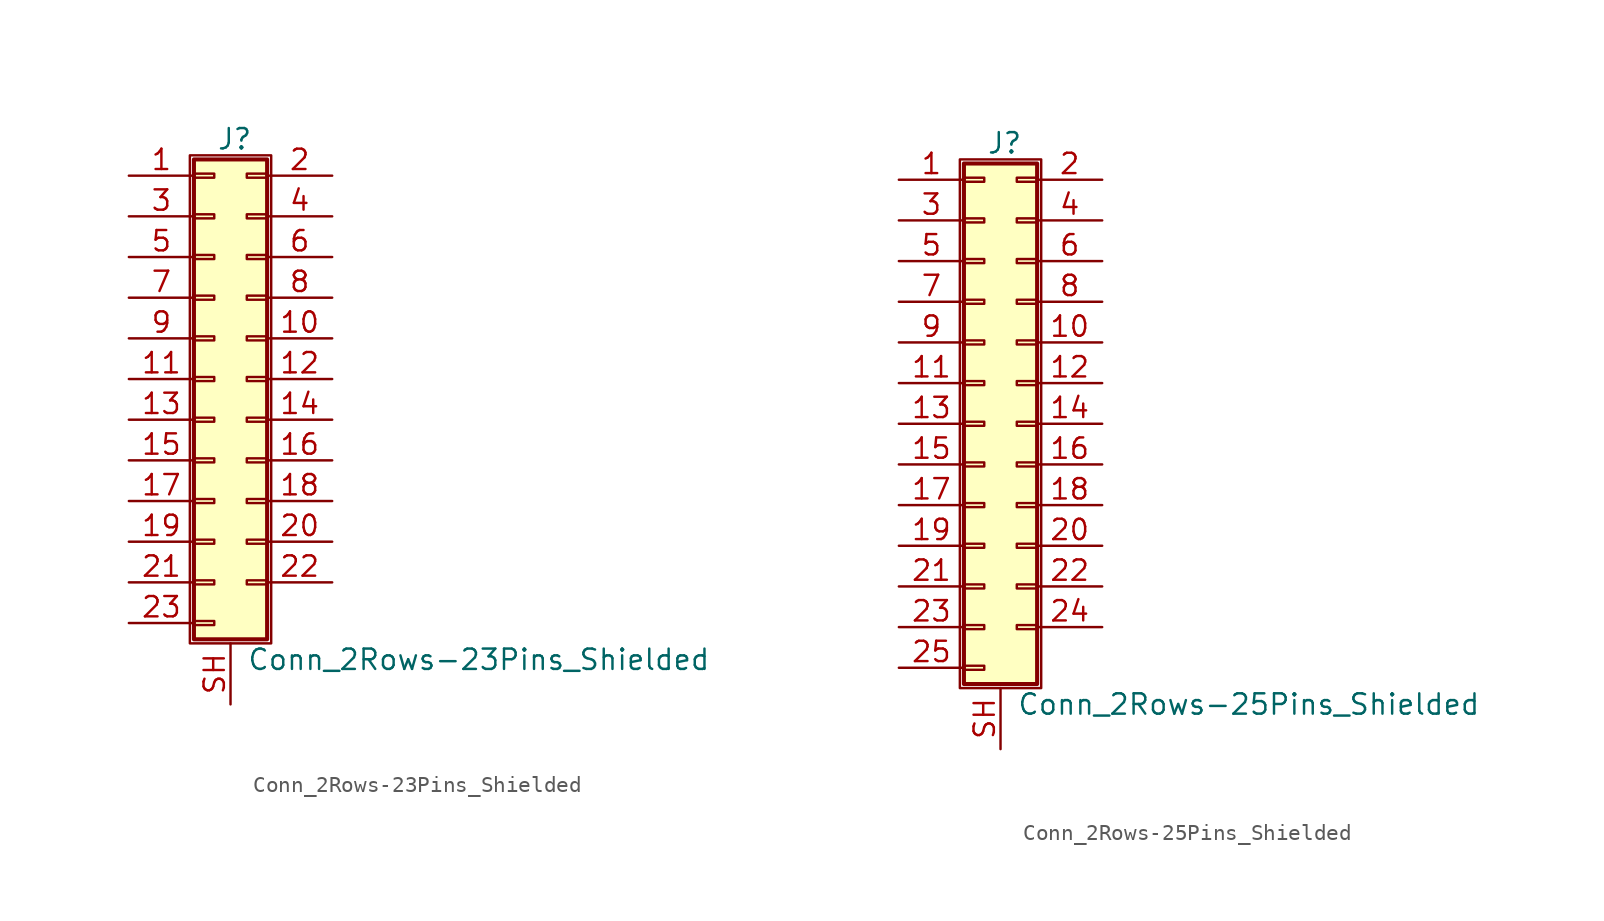
<source format=kicad_sym>
(kicad_symbol_lib
  (version 20200908)
  (generator kicad_symbol_editor)
  (symbol "Connector_Generic_Shielded:Conn_2Rows-23Pins_Shielded"
    (pin_names
      (offset 1.016) hide)
    (property "Reference" "J"
      (at 1.524 14.986 0)
      (effects (font (size 1.27 1.27))))
    (property "Value" "Conn_2Rows-23Pins_Shielded"
      (at 2.286 -17.526 0)
      (effects (font (size 1.27 1.27)) (justify left)))
    (symbol "Conn_2Rows-23Pins_Shielded_1_1"
      (rectangle (start -1.016 -4.953) (end 0.254 -5.207) (stroke (width 0.152)) (fill (type none)))
      (rectangle (start -1.016 -7.493) (end 0.254 -7.747) (stroke (width 0.152)) (fill (type none)))
      (rectangle (start -1.016 -10.033) (end 0.254 -10.287) (stroke (width 0.152)) (fill (type none)))
      (rectangle (start -1.016 -12.573) (end 0.254 -12.827) (stroke (width 0.152)) (fill (type none)))
      (rectangle (start -1.016 -15.113) (end 0.254 -15.367) (stroke (width 0.152)) (fill (type none)))
      (rectangle (start -1.016 -2.413) (end 0.254 -2.667) (stroke (width 0.152)) (fill (type none)))
      (rectangle (start -1.016 2.667) (end 0.254 2.413) (stroke (width 0.152)) (fill (type none)))
      (rectangle (start -1.016 5.207) (end 0.254 4.953) (stroke (width 0.152)) (fill (type none)))
      (rectangle (start -1.016 7.747) (end 0.254 7.493) (stroke (width 0.152)) (fill (type none)))
      (rectangle (start -1.016 10.287) (end 0.254 10.033) (stroke (width 0.152)) (fill (type none)))
      (rectangle (start -1.016 0.127) (end 0.254 -0.127) (stroke (width 0.152)) (fill (type none)))
      (rectangle (start -1.016 12.827) (end 0.254 12.573) (stroke (width 0.152)) (fill (type none)))
      (rectangle (start -1.016 13.716) (end 3.556 -16.256) (stroke (width 0.254)) (fill (type background)))
      (rectangle (start -1.27 13.97) (end 3.81 -16.51) (stroke (width 0.152)) (fill (type none)))
      (rectangle (start 3.556 -4.953) (end 2.286 -5.207) (stroke (width 0.152)) (fill (type none)))
      (rectangle (start 3.556 -7.493) (end 2.286 -7.747) (stroke (width 0.152)) (fill (type none)))
      (rectangle (start 3.556 -10.033) (end 2.286 -10.287) (stroke (width 0.152)) (fill (type none)))
      (rectangle (start 3.556 -12.573) (end 2.286 -12.827) (stroke (width 0.152)) (fill (type none)))
      (rectangle (start 3.556 -2.413) (end 2.286 -2.667) (stroke (width 0.152)) (fill (type none)))
      (rectangle (start 3.556 2.667) (end 2.286 2.413) (stroke (width 0.152)) (fill (type none)))
      (rectangle (start 3.556 5.207) (end 2.286 4.953) (stroke (width 0.152)) (fill (type none)))
      (rectangle (start 3.556 7.747) (end 2.286 7.493) (stroke (width 0.152)) (fill (type none)))
      (rectangle (start 3.556 10.287) (end 2.286 10.033) (stroke (width 0.152)) (fill (type none)))
      (rectangle (start 3.556 0.127) (end 2.286 -0.127) (stroke (width 0.152)) (fill (type none)))
      (rectangle (start 3.556 12.827) (end 2.286 12.573) (stroke (width 0.152)) (fill (type none)))
      (pin passive line (at -5.08 12.7 0) (length 4.064) (name "Pin_1" (effects (font (size 1.27 1.27)))) (number "1" (effects (font (size 1.27 1.27)))))
      (pin passive line (at 7.62 2.54 180) (length 4.064) (name "Pin_10" (effects (font (size 1.27 1.27)))) (number "10" (effects (font (size 1.27 1.27)))))
      (pin passive line (at -5.08 0 0) (length 4.064) (name "Pin_11" (effects (font (size 1.27 1.27)))) (number "11" (effects (font (size 1.27 1.27)))))
      (pin passive line (at 7.62 0 180) (length 4.064) (name "Pin_12" (effects (font (size 1.27 1.27)))) (number "12" (effects (font (size 1.27 1.27)))))
      (pin passive line (at -5.08 -2.54 0) (length 4.064) (name "Pin_13" (effects (font (size 1.27 1.27)))) (number "13" (effects (font (size 1.27 1.27)))))
      (pin passive line (at 7.62 -2.54 180) (length 4.064) (name "Pin_14" (effects (font (size 1.27 1.27)))) (number "14" (effects (font (size 1.27 1.27)))))
      (pin passive line (at -5.08 -5.08 0) (length 4.064) (name "Pin_15" (effects (font (size 1.27 1.27)))) (number "15" (effects (font (size 1.27 1.27)))))
      (pin passive line (at 7.62 -5.08 180) (length 4.064) (name "Pin_16" (effects (font (size 1.27 1.27)))) (number "16" (effects (font (size 1.27 1.27)))))
      (pin passive line (at -5.08 -7.62 0) (length 4.064) (name "Pin_17" (effects (font (size 1.27 1.27)))) (number "17" (effects (font (size 1.27 1.27)))))
      (pin passive line (at 7.62 -7.62 180) (length 4.064) (name "Pin_18" (effects (font (size 1.27 1.27)))) (number "18" (effects (font (size 1.27 1.27)))))
      (pin passive line (at -5.08 -10.16 0) (length 4.064) (name "Pin_19" (effects (font (size 1.27 1.27)))) (number "19" (effects (font (size 1.27 1.27)))))
      (pin passive line (at 7.62 12.7 180) (length 4.064) (name "Pin_2" (effects (font (size 1.27 1.27)))) (number "2" (effects (font (size 1.27 1.27)))))
      (pin passive line (at 7.62 -10.16 180) (length 4.064) (name "Pin_20" (effects (font (size 1.27 1.27)))) (number "20" (effects (font (size 1.27 1.27)))))
      (pin passive line (at -5.08 -12.7 0) (length 4.064) (name "Pin_21" (effects (font (size 1.27 1.27)))) (number "21" (effects (font (size 1.27 1.27)))))
      (pin passive line (at 7.62 -12.7 180) (length 4.064) (name "Pin_22" (effects (font (size 1.27 1.27)))) (number "22" (effects (font (size 1.27 1.27)))))
      (pin passive line (at -5.08 -15.24 0) (length 4.064) (name "Pin_23" (effects (font (size 1.27 1.27)))) (number "23" (effects (font (size 1.27 1.27)))))
      (pin passive line (at -5.08 10.16 0) (length 4.064) (name "Pin_3" (effects (font (size 1.27 1.27)))) (number "3" (effects (font (size 1.27 1.27)))))
      (pin passive line (at 7.62 10.16 180) (length 4.064) (name "Pin_4" (effects (font (size 1.27 1.27)))) (number "4" (effects (font (size 1.27 1.27)))))
      (pin passive line (at -5.08 7.62 0) (length 4.064) (name "Pin_5" (effects (font (size 1.27 1.27)))) (number "5" (effects (font (size 1.27 1.27)))))
      (pin passive line (at 7.62 7.62 180) (length 4.064) (name "Pin_6" (effects (font (size 1.27 1.27)))) (number "6" (effects (font (size 1.27 1.27)))))
      (pin passive line (at -5.08 5.08 0) (length 4.064) (name "Pin_7" (effects (font (size 1.27 1.27)))) (number "7" (effects (font (size 1.27 1.27)))))
      (pin passive line (at 7.62 5.08 180) (length 4.064) (name "Pin_8" (effects (font (size 1.27 1.27)))) (number "8" (effects (font (size 1.27 1.27)))))
      (pin passive line (at -5.08 2.54 0) (length 4.064) (name "Pin_9" (effects (font (size 1.27 1.27)))) (number "9" (effects (font (size 1.27 1.27)))))
      (pin passive line (at 1.27 -20.32 90) (length 3.81) (name "Shield" (effects (font (size 1.27 1.27)))) (number "SH" (effects (font (size 1.27 1.27)))))))
  (symbol "Connector_Generic_Shielded:Conn_2Rows-25Pins_Shielded"
    (pin_names
      (offset 1.016) hide)
    (property "Reference" "J"
      (at 1.524 17.526 0)
      (effects (font (size 1.27 1.27))))
    (property "Value" "Conn_2Rows-25Pins_Shielded"
      (at 2.286 -17.526 0)
      (effects (font (size 1.27 1.27)) (justify left)))
    (symbol "Conn_2Rows-25Pins_Shielded_1_1"
      (rectangle (start -1.016 -4.953) (end 0.254 -5.207) (stroke (width 0.152)) (fill (type none)))
      (rectangle (start -1.016 -7.493) (end 0.254 -7.747) (stroke (width 0.152)) (fill (type none)))
      (rectangle (start -1.016 -10.033) (end 0.254 -10.287) (stroke (width 0.152)) (fill (type none)))
      (rectangle (start -1.016 -12.573) (end 0.254 -12.827) (stroke (width 0.152)) (fill (type none)))
      (rectangle (start -1.016 -15.113) (end 0.254 -15.367) (stroke (width 0.152)) (fill (type none)))
      (rectangle (start -1.016 -2.413) (end 0.254 -2.667) (stroke (width 0.152)) (fill (type none)))
      (rectangle (start -1.016 2.667) (end 0.254 2.413) (stroke (width 0.152)) (fill (type none)))
      (rectangle (start -1.016 5.207) (end 0.254 4.953) (stroke (width 0.152)) (fill (type none)))
      (rectangle (start -1.016 7.747) (end 0.254 7.493) (stroke (width 0.152)) (fill (type none)))
      (rectangle (start -1.016 10.287) (end 0.254 10.033) (stroke (width 0.152)) (fill (type none)))
      (rectangle (start -1.016 0.127) (end 0.254 -0.127) (stroke (width 0.152)) (fill (type none)))
      (rectangle (start -1.016 12.827) (end 0.254 12.573) (stroke (width 0.152)) (fill (type none)))
      (rectangle (start -1.016 15.367) (end 0.254 15.113) (stroke (width 0.152)) (fill (type none)))
      (rectangle (start -1.016 16.256) (end 3.556 -16.256) (stroke (width 0.254)) (fill (type background)))
      (rectangle (start -1.27 16.51) (end 3.81 -16.51) (stroke (width 0.152)) (fill (type none)))
      (rectangle (start 3.556 -4.953) (end 2.286 -5.207) (stroke (width 0.152)) (fill (type none)))
      (rectangle (start 3.556 -7.493) (end 2.286 -7.747) (stroke (width 0.152)) (fill (type none)))
      (rectangle (start 3.556 -10.033) (end 2.286 -10.287) (stroke (width 0.152)) (fill (type none)))
      (rectangle (start 3.556 -12.573) (end 2.286 -12.827) (stroke (width 0.152)) (fill (type none)))
      (rectangle (start 3.556 -2.413) (end 2.286 -2.667) (stroke (width 0.152)) (fill (type none)))
      (rectangle (start 3.556 2.667) (end 2.286 2.413) (stroke (width 0.152)) (fill (type none)))
      (rectangle (start 3.556 5.207) (end 2.286 4.953) (stroke (width 0.152)) (fill (type none)))
      (rectangle (start 3.556 7.747) (end 2.286 7.493) (stroke (width 0.152)) (fill (type none)))
      (rectangle (start 3.556 10.287) (end 2.286 10.033) (stroke (width 0.152)) (fill (type none)))
      (rectangle (start 3.556 0.127) (end 2.286 -0.127) (stroke (width 0.152)) (fill (type none)))
      (rectangle (start 3.556 12.827) (end 2.286 12.573) (stroke (width 0.152)) (fill (type none)))
      (rectangle (start 3.556 15.367) (end 2.286 15.113) (stroke (width 0.152)) (fill (type none)))
      (pin passive line (at -5.08 15.24 0) (length 4.064) (name "Pin_1" (effects (font (size 1.27 1.27)))) (number "1" (effects (font (size 1.27 1.27)))))
      (pin passive line (at 7.62 5.08 180) (length 4.064) (name "Pin_10" (effects (font (size 1.27 1.27)))) (number "10" (effects (font (size 1.27 1.27)))))
      (pin passive line (at -5.08 2.54 0) (length 4.064) (name "Pin_11" (effects (font (size 1.27 1.27)))) (number "11" (effects (font (size 1.27 1.27)))))
      (pin passive line (at 7.62 2.54 180) (length 4.064) (name "Pin_12" (effects (font (size 1.27 1.27)))) (number "12" (effects (font (size 1.27 1.27)))))
      (pin passive line (at -5.08 0 0) (length 4.064) (name "Pin_13" (effects (font (size 1.27 1.27)))) (number "13" (effects (font (size 1.27 1.27)))))
      (pin passive line (at 7.62 0 180) (length 4.064) (name "Pin_14" (effects (font (size 1.27 1.27)))) (number "14" (effects (font (size 1.27 1.27)))))
      (pin passive line (at -5.08 -2.54 0) (length 4.064) (name "Pin_15" (effects (font (size 1.27 1.27)))) (number "15" (effects (font (size 1.27 1.27)))))
      (pin passive line (at 7.62 -2.54 180) (length 4.064) (name "Pin_16" (effects (font (size 1.27 1.27)))) (number "16" (effects (font (size 1.27 1.27)))))
      (pin passive line (at -5.08 -5.08 0) (length 4.064) (name "Pin_17" (effects (font (size 1.27 1.27)))) (number "17" (effects (font (size 1.27 1.27)))))
      (pin passive line (at 7.62 -5.08 180) (length 4.064) (name "Pin_18" (effects (font (size 1.27 1.27)))) (number "18" (effects (font (size 1.27 1.27)))))
      (pin passive line (at -5.08 -7.62 0) (length 4.064) (name "Pin_19" (effects (font (size 1.27 1.27)))) (number "19" (effects (font (size 1.27 1.27)))))
      (pin passive line (at 7.62 15.24 180) (length 4.064) (name "Pin_2" (effects (font (size 1.27 1.27)))) (number "2" (effects (font (size 1.27 1.27)))))
      (pin passive line (at 7.62 -7.62 180) (length 4.064) (name "Pin_20" (effects (font (size 1.27 1.27)))) (number "20" (effects (font (size 1.27 1.27)))))
      (pin passive line (at -5.08 -10.16 0) (length 4.064) (name "Pin_21" (effects (font (size 1.27 1.27)))) (number "21" (effects (font (size 1.27 1.27)))))
      (pin passive line (at 7.62 -10.16 180) (length 4.064) (name "Pin_22" (effects (font (size 1.27 1.27)))) (number "22" (effects (font (size 1.27 1.27)))))
      (pin passive line (at -5.08 -12.7 0) (length 4.064) (name "Pin_23" (effects (font (size 1.27 1.27)))) (number "23" (effects (font (size 1.27 1.27)))))
      (pin passive line (at 7.62 -12.7 180) (length 4.064) (name "Pin_24" (effects (font (size 1.27 1.27)))) (number "24" (effects (font (size 1.27 1.27)))))
      (pin passive line (at -5.08 -15.24 0) (length 4.064) (name "Pin_25" (effects (font (size 1.27 1.27)))) (number "25" (effects (font (size 1.27 1.27)))))
      (pin passive line (at -5.08 12.7 0) (length 4.064) (name "Pin_3" (effects (font (size 1.27 1.27)))) (number "3" (effects (font (size 1.27 1.27)))))
      (pin passive line (at 7.62 12.7 180) (length 4.064) (name "Pin_4" (effects (font (size 1.27 1.27)))) (number "4" (effects (font (size 1.27 1.27)))))
      (pin passive line (at -5.08 10.16 0) (length 4.064) (name "Pin_5" (effects (font (size 1.27 1.27)))) (number "5" (effects (font (size 1.27 1.27)))))
      (pin passive line (at 7.62 10.16 180) (length 4.064) (name "Pin_6" (effects (font (size 1.27 1.27)))) (number "6" (effects (font (size 1.27 1.27)))))
      (pin passive line (at -5.08 7.62 0) (length 4.064) (name "Pin_7" (effects (font (size 1.27 1.27)))) (number "7" (effects (font (size 1.27 1.27)))))
      (pin passive line (at 7.62 7.62 180) (length 4.064) (name "Pin_8" (effects (font (size 1.27 1.27)))) (number "8" (effects (font (size 1.27 1.27)))))
      (pin passive line (at -5.08 5.08 0) (length 4.064) (name "Pin_9" (effects (font (size 1.27 1.27)))) (number "9" (effects (font (size 1.27 1.27)))))
      (pin passive line (at 1.27 -20.32 90) (length 3.81) (name "Shield" (effects (font (size 1.27 1.27)))) (number "SH" (effects (font (size 1.27 1.27))))))))
</source>
